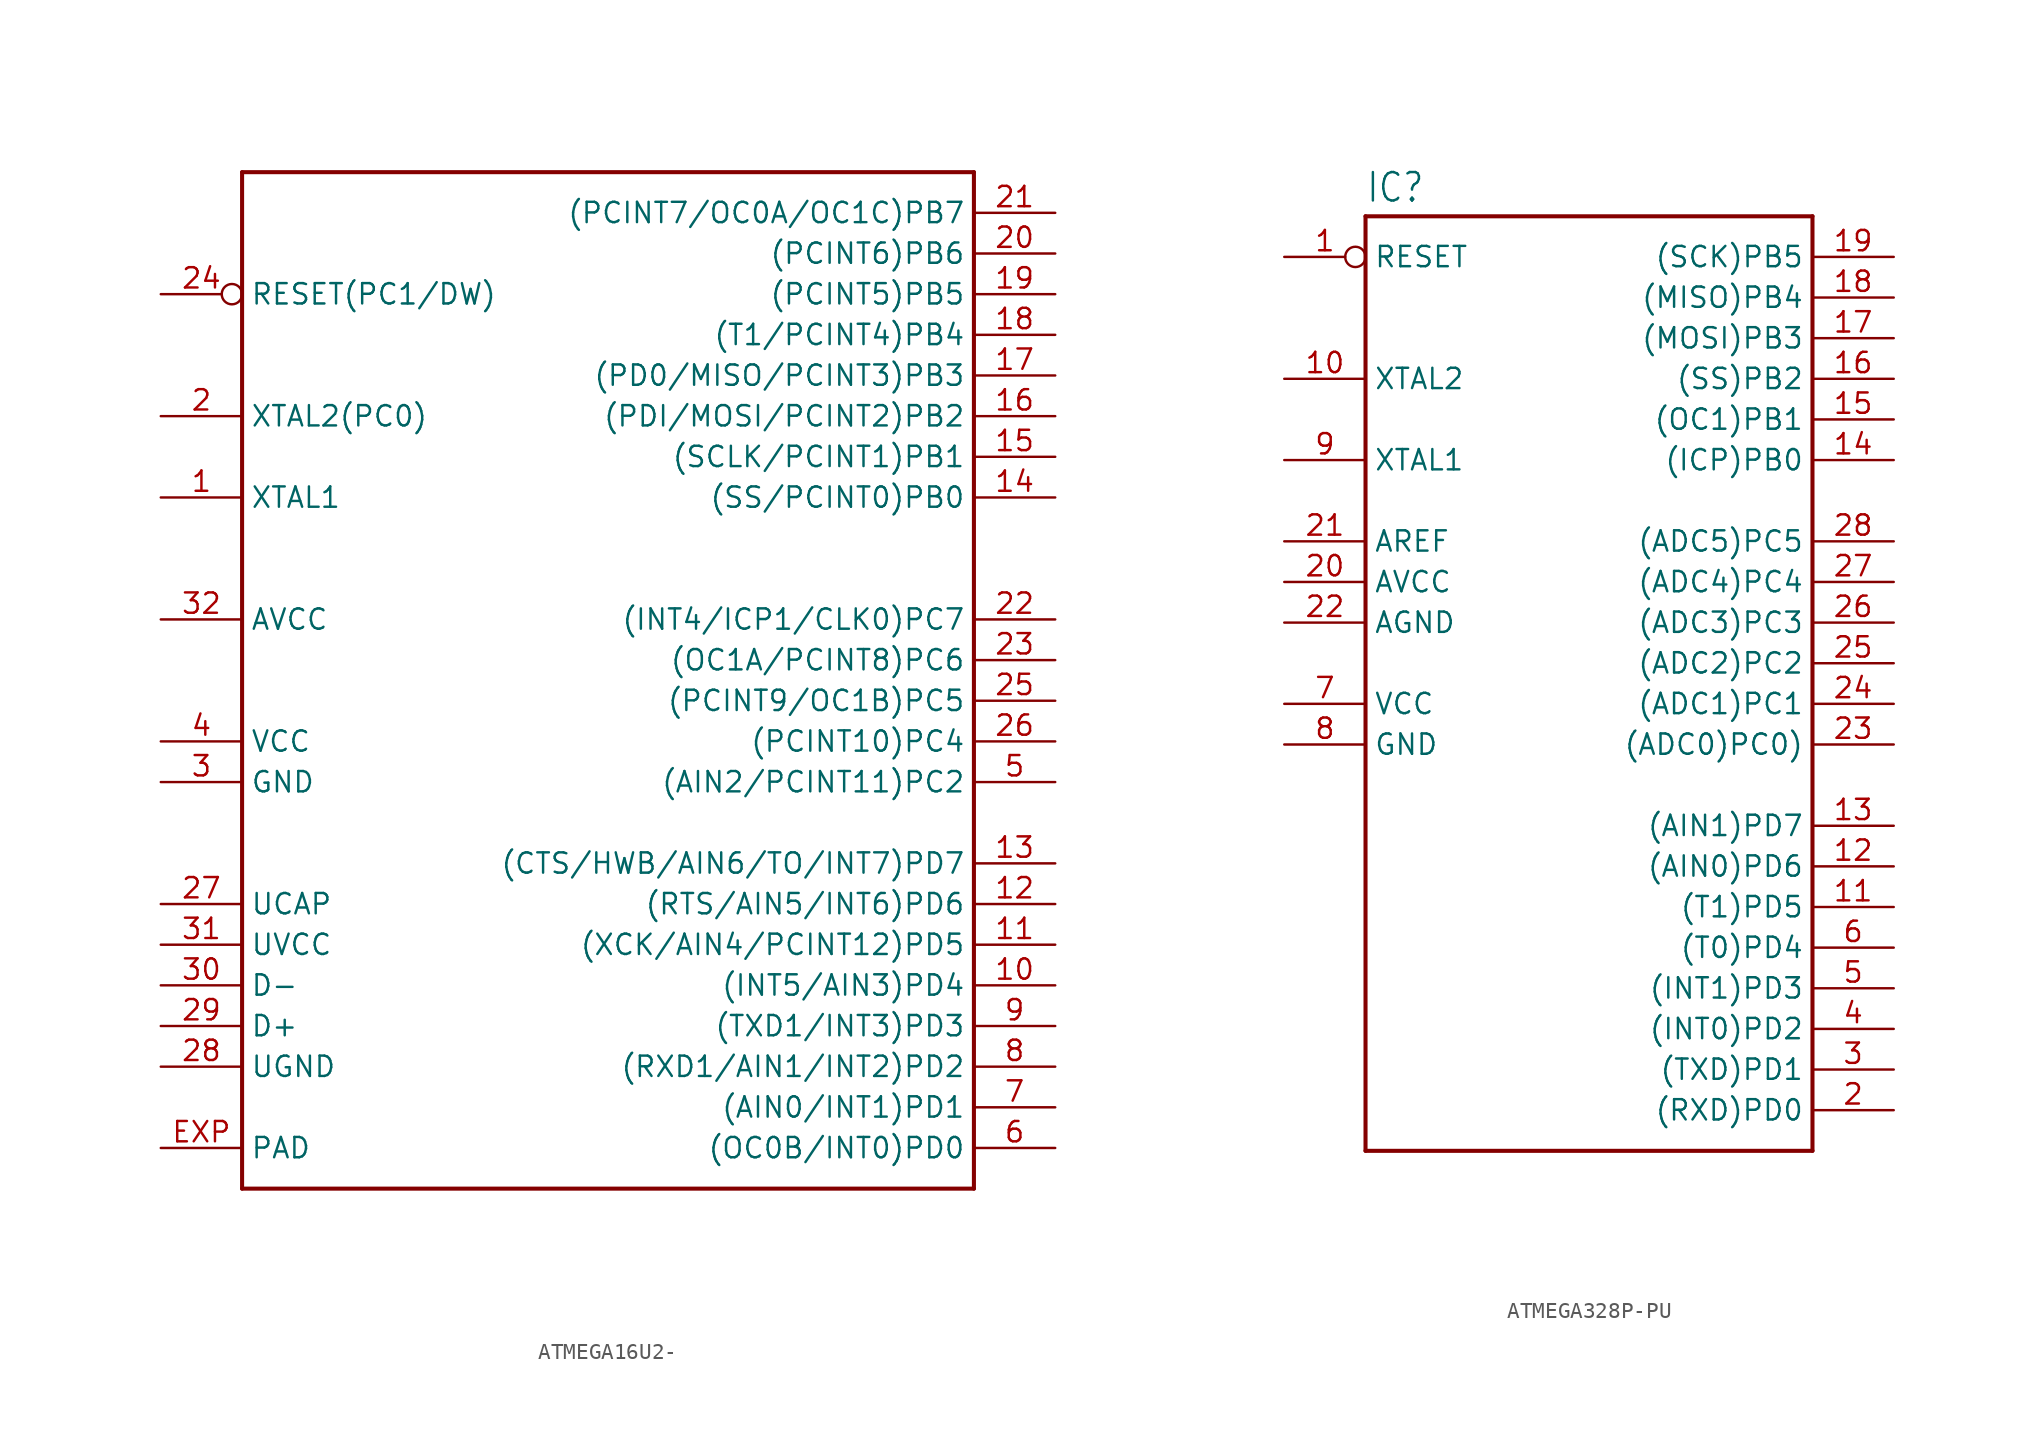
<source format=kicad_sym>
(kicad_symbol_lib
  (version 20231120)
  (generator "kicad_symbol_editor")
  (generator_version "8.0")
  (symbol "ATMEGA16U2-"
    (property "Reference" ""
      (at -22.86 33.782 0)
      (effects (font (size 1.778 1.511)) (justify left bottom) (hide yes)))
    (property "Value" ""
      (at -22.86 -33.02 0)
      (effects (font (size 1.778 1.511)) (justify left bottom)))
    (property "ki_locked" ""
      (at 0 0 0)
      (effects (font (size 1.27 1.27))))
    (symbol "ATMEGA16U2-_1_0"
      (polyline (pts (xy -22.86 -30.48) (xy -22.86 33.02)) (stroke (width 0.254) (type solid)) (fill (type none)))
      (polyline (pts (xy -22.86 33.02) (xy 22.86 33.02)) (stroke (width 0.254) (type solid)) (fill (type none)))
      (polyline (pts (xy 22.86 -30.48) (xy -22.86 -30.48)) (stroke (width 0.254) (type solid)) (fill (type none)))
      (polyline (pts (xy 22.86 33.02) (xy 22.86 -30.48)) (stroke (width 0.254) (type solid)) (fill (type none)))
      (pin bidirectional line (at -27.94 12.7 0) (length 5.08) (name "XTAL1" (effects (font (size 1.27 1.27)))) (number "1" (effects (font (size 1.27 1.27)))))
      (pin bidirectional line (at 27.94 -17.78 180) (length 5.08) (name "(INT5/AIN3)PD4" (effects (font (size 1.27 1.27)))) (number "10" (effects (font (size 1.27 1.27)))))
      (pin bidirectional line (at 27.94 -15.24 180) (length 5.08) (name "(XCK/AIN4/PCINT12)PD5" (effects (font (size 1.27 1.27)))) (number "11" (effects (font (size 1.27 1.27)))))
      (pin bidirectional line (at 27.94 -12.7 180) (length 5.08) (name "(RTS/AIN5/INT6)PD6" (effects (font (size 1.27 1.27)))) (number "12" (effects (font (size 1.27 1.27)))))
      (pin bidirectional line (at 27.94 -10.16 180) (length 5.08) (name "(CTS/HWB/AIN6/TO/INT7)PD7" (effects (font (size 1.27 1.27)))) (number "13" (effects (font (size 1.27 1.27)))))
      (pin bidirectional line (at 27.94 12.7 180) (length 5.08) (name "(SS/PCINT0)PB0" (effects (font (size 1.27 1.27)))) (number "14" (effects (font (size 1.27 1.27)))))
      (pin bidirectional line (at 27.94 15.24 180) (length 5.08) (name "(SCLK/PCINT1)PB1" (effects (font (size 1.27 1.27)))) (number "15" (effects (font (size 1.27 1.27)))))
      (pin bidirectional line (at 27.94 17.78 180) (length 5.08) (name "(PDI/MOSI/PCINT2)PB2" (effects (font (size 1.27 1.27)))) (number "16" (effects (font (size 1.27 1.27)))))
      (pin bidirectional line (at 27.94 20.32 180) (length 5.08) (name "(PD0/MISO/PCINT3)PB3" (effects (font (size 1.27 1.27)))) (number "17" (effects (font (size 1.27 1.27)))))
      (pin bidirectional line (at 27.94 22.86 180) (length 5.08) (name "(T1/PCINT4)PB4" (effects (font (size 1.27 1.27)))) (number "18" (effects (font (size 1.27 1.27)))))
      (pin bidirectional line (at 27.94 25.4 180) (length 5.08) (name "(PCINT5)PB5" (effects (font (size 1.27 1.27)))) (number "19" (effects (font (size 1.27 1.27)))))
      (pin bidirectional line (at -27.94 17.78 0) (length 5.08) (name "XTAL2(PC0)" (effects (font (size 1.27 1.27)))) (number "2" (effects (font (size 1.27 1.27)))))
      (pin bidirectional line (at 27.94 27.94 180) (length 5.08) (name "(PCINT6)PB6" (effects (font (size 1.27 1.27)))) (number "20" (effects (font (size 1.27 1.27)))))
      (pin bidirectional line (at 27.94 30.48 180) (length 5.08) (name "(PCINT7/OC0A/OC1C)PB7" (effects (font (size 1.27 1.27)))) (number "21" (effects (font (size 1.27 1.27)))))
      (pin bidirectional line (at 27.94 5.08 180) (length 5.08) (name "(INT4/ICP1/CLK0)PC7" (effects (font (size 1.27 1.27)))) (number "22" (effects (font (size 1.27 1.27)))))
      (pin bidirectional line (at 27.94 2.54 180) (length 5.08) (name "(OC1A/PCINT8)PC6" (effects (font (size 1.27 1.27)))) (number "23" (effects (font (size 1.27 1.27)))))
      (pin input inverted (at -27.94 25.4 0) (length 5.08) (name "RESET(PC1/DW)" (effects (font (size 1.27 1.27)))) (number "24" (effects (font (size 1.27 1.27)))))
      (pin bidirectional line (at 27.94 0 180) (length 5.08) (name "(PCINT9/OC1B)PC5" (effects (font (size 1.27 1.27)))) (number "25" (effects (font (size 1.27 1.27)))))
      (pin bidirectional line (at 27.94 -2.54 180) (length 5.08) (name "(PCINT10)PC4" (effects (font (size 1.27 1.27)))) (number "26" (effects (font (size 1.27 1.27)))))
      (pin passive line (at -27.94 -12.7 0) (length 5.08) (name "UCAP" (effects (font (size 1.27 1.27)))) (number "27" (effects (font (size 1.27 1.27)))))
      (pin power_in line (at -27.94 -22.86 0) (length 5.08) (name "UGND" (effects (font (size 1.27 1.27)))) (number "28" (effects (font (size 1.27 1.27)))))
      (pin bidirectional line (at -27.94 -20.32 0) (length 5.08) (name "D+" (effects (font (size 1.27 1.27)))) (number "29" (effects (font (size 1.27 1.27)))))
      (pin power_in line (at -27.94 -5.08 0) (length 5.08) (name "GND" (effects (font (size 1.27 1.27)))) (number "3" (effects (font (size 1.27 1.27)))))
      (pin bidirectional line (at -27.94 -17.78 0) (length 5.08) (name "D-" (effects (font (size 1.27 1.27)))) (number "30" (effects (font (size 1.27 1.27)))))
      (pin power_in line (at -27.94 -15.24 0) (length 5.08) (name "UVCC" (effects (font (size 1.27 1.27)))) (number "31" (effects (font (size 1.27 1.27)))))
      (pin power_in line (at -27.94 5.08 0) (length 5.08) (name "AVCC" (effects (font (size 1.27 1.27)))) (number "32" (effects (font (size 1.27 1.27)))))
      (pin power_in line (at -27.94 -2.54 0) (length 5.08) (name "VCC" (effects (font (size 1.27 1.27)))) (number "4" (effects (font (size 1.27 1.27)))))
      (pin bidirectional line (at 27.94 -5.08 180) (length 5.08) (name "(AIN2/PCINT11)PC2" (effects (font (size 1.27 1.27)))) (number "5" (effects (font (size 1.27 1.27)))))
      (pin bidirectional line (at 27.94 -27.94 180) (length 5.08) (name "(OC0B/INT0)PD0" (effects (font (size 1.27 1.27)))) (number "6" (effects (font (size 1.27 1.27)))))
      (pin bidirectional line (at 27.94 -25.4 180) (length 5.08) (name "(AIN0/INT1)PD1" (effects (font (size 1.27 1.27)))) (number "7" (effects (font (size 1.27 1.27)))))
      (pin bidirectional line (at 27.94 -22.86 180) (length 5.08) (name "(RXD1/AIN1/INT2)PD2" (effects (font (size 1.27 1.27)))) (number "8" (effects (font (size 1.27 1.27)))))
      (pin bidirectional line (at 27.94 -20.32 180) (length 5.08) (name "(TXD1/INT3)PD3" (effects (font (size 1.27 1.27)))) (number "9" (effects (font (size 1.27 1.27)))))
      (pin power_in line (at -27.94 -27.94 0) (length 5.08) (name "PAD" (effects (font (size 1.27 1.27)))) (number "EXP" (effects (font (size 1.27 1.27)))))))
  (symbol "ATMEGA328P-PU"
    (property "Reference" "IC"
      (at -15.24 28.702 0)
      (effects (font (size 1.778 1.511)) (justify left bottom)))
    (property "Value" ""
      (at -15.24 -33.02 0)
      (effects (font (size 1.778 1.511)) (justify left bottom)))
    (property "ki_locked" ""
      (at 0 0 0)
      (effects (font (size 1.27 1.27))))
    (symbol "ATMEGA328P-PU_1_0"
      (polyline (pts (xy -15.24 -30.48) (xy -15.24 27.94)) (stroke (width 0.254) (type solid)) (fill (type none)))
      (polyline (pts (xy -15.24 27.94) (xy 12.7 27.94)) (stroke (width 0.254) (type solid)) (fill (type none)))
      (polyline (pts (xy 12.7 -30.48) (xy -15.24 -30.48)) (stroke (width 0.254) (type solid)) (fill (type none)))
      (polyline (pts (xy 12.7 27.94) (xy 12.7 -30.48)) (stroke (width 0.254) (type solid)) (fill (type none)))
      (pin input inverted (at -20.32 25.4 0) (length 5.08) (name "RESET" (effects (font (size 1.27 1.27)))) (number "1" (effects (font (size 1.27 1.27)))))
      (pin bidirectional line (at -20.32 17.78 0) (length 5.08) (name "XTAL2" (effects (font (size 1.27 1.27)))) (number "10" (effects (font (size 1.27 1.27)))))
      (pin bidirectional line (at 17.78 -15.24 180) (length 5.08) (name "(T1)PD5" (effects (font (size 1.27 1.27)))) (number "11" (effects (font (size 1.27 1.27)))))
      (pin bidirectional line (at 17.78 -12.7 180) (length 5.08) (name "(AIN0)PD6" (effects (font (size 1.27 1.27)))) (number "12" (effects (font (size 1.27 1.27)))))
      (pin bidirectional line (at 17.78 -10.16 180) (length 5.08) (name "(AIN1)PD7" (effects (font (size 1.27 1.27)))) (number "13" (effects (font (size 1.27 1.27)))))
      (pin bidirectional line (at 17.78 12.7 180) (length 5.08) (name "(ICP)PB0" (effects (font (size 1.27 1.27)))) (number "14" (effects (font (size 1.27 1.27)))))
      (pin bidirectional line (at 17.78 15.24 180) (length 5.08) (name "(OC1)PB1" (effects (font (size 1.27 1.27)))) (number "15" (effects (font (size 1.27 1.27)))))
      (pin bidirectional line (at 17.78 17.78 180) (length 5.08) (name "(SS)PB2" (effects (font (size 1.27 1.27)))) (number "16" (effects (font (size 1.27 1.27)))))
      (pin bidirectional line (at 17.78 20.32 180) (length 5.08) (name "(MOSI)PB3" (effects (font (size 1.27 1.27)))) (number "17" (effects (font (size 1.27 1.27)))))
      (pin bidirectional line (at 17.78 22.86 180) (length 5.08) (name "(MISO)PB4" (effects (font (size 1.27 1.27)))) (number "18" (effects (font (size 1.27 1.27)))))
      (pin bidirectional line (at 17.78 25.4 180) (length 5.08) (name "(SCK)PB5" (effects (font (size 1.27 1.27)))) (number "19" (effects (font (size 1.27 1.27)))))
      (pin bidirectional line (at 17.78 -27.94 180) (length 5.08) (name "(RXD)PD0" (effects (font (size 1.27 1.27)))) (number "2" (effects (font (size 1.27 1.27)))))
      (pin power_in line (at -20.32 5.08 0) (length 5.08) (name "AVCC" (effects (font (size 1.27 1.27)))) (number "20" (effects (font (size 1.27 1.27)))))
      (pin passive line (at -20.32 7.62 0) (length 5.08) (name "AREF" (effects (font (size 1.27 1.27)))) (number "21" (effects (font (size 1.27 1.27)))))
      (pin power_in line (at -20.32 2.54 0) (length 5.08) (name "AGND" (effects (font (size 1.27 1.27)))) (number "22" (effects (font (size 1.27 1.27)))))
      (pin bidirectional line (at 17.78 -5.08 180) (length 5.08) (name "(ADC0)PC0)" (effects (font (size 1.27 1.27)))) (number "23" (effects (font (size 1.27 1.27)))))
      (pin bidirectional line (at 17.78 -2.54 180) (length 5.08) (name "(ADC1)PC1" (effects (font (size 1.27 1.27)))) (number "24" (effects (font (size 1.27 1.27)))))
      (pin bidirectional line (at 17.78 0 180) (length 5.08) (name "(ADC2)PC2" (effects (font (size 1.27 1.27)))) (number "25" (effects (font (size 1.27 1.27)))))
      (pin bidirectional line (at 17.78 2.54 180) (length 5.08) (name "(ADC3)PC3" (effects (font (size 1.27 1.27)))) (number "26" (effects (font (size 1.27 1.27)))))
      (pin bidirectional line (at 17.78 5.08 180) (length 5.08) (name "(ADC4)PC4" (effects (font (size 1.27 1.27)))) (number "27" (effects (font (size 1.27 1.27)))))
      (pin bidirectional line (at 17.78 7.62 180) (length 5.08) (name "(ADC5)PC5" (effects (font (size 1.27 1.27)))) (number "28" (effects (font (size 1.27 1.27)))))
      (pin bidirectional line (at 17.78 -25.4 180) (length 5.08) (name "(TXD)PD1" (effects (font (size 1.27 1.27)))) (number "3" (effects (font (size 1.27 1.27)))))
      (pin bidirectional line (at 17.78 -22.86 180) (length 5.08) (name "(INT0)PD2" (effects (font (size 1.27 1.27)))) (number "4" (effects (font (size 1.27 1.27)))))
      (pin bidirectional line (at 17.78 -20.32 180) (length 5.08) (name "(INT1)PD3" (effects (font (size 1.27 1.27)))) (number "5" (effects (font (size 1.27 1.27)))))
      (pin bidirectional line (at 17.78 -17.78 180) (length 5.08) (name "(T0)PD4" (effects (font (size 1.27 1.27)))) (number "6" (effects (font (size 1.27 1.27)))))
      (pin power_in line (at -20.32 -2.54 0) (length 5.08) (name "VCC" (effects (font (size 1.27 1.27)))) (number "7" (effects (font (size 1.27 1.27)))))
      (pin power_in line (at -20.32 -5.08 0) (length 5.08) (name "GND" (effects (font (size 1.27 1.27)))) (number "8" (effects (font (size 1.27 1.27)))))
      (pin bidirectional line (at -20.32 12.7 0) (length 5.08) (name "XTAL1" (effects (font (size 1.27 1.27)))) (number "9" (effects (font (size 1.27 1.27))))))))
</source>
